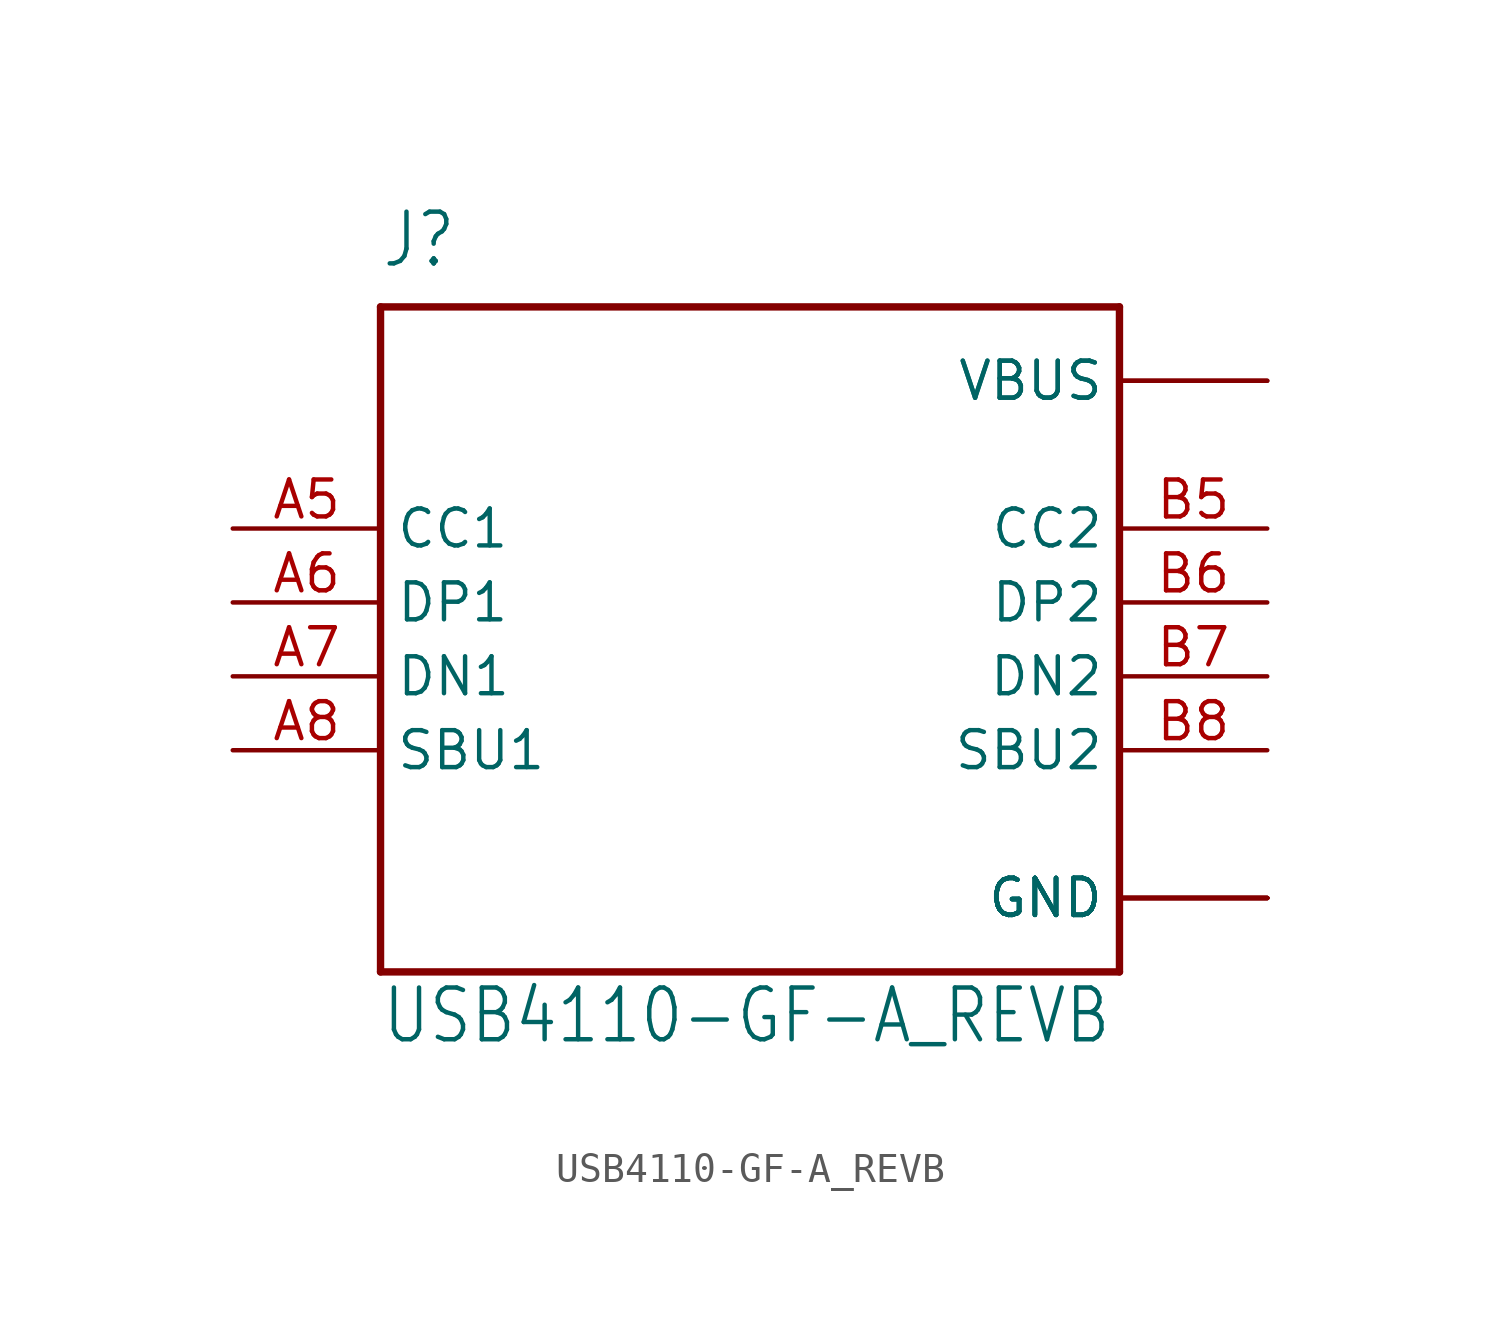
<source format=kicad_sym>
(kicad_symbol_lib
  (version 20211014)
  (generator kicad_symbol_editor)
  (symbol "USB4110-GF-A_REVB"
    (property "Reference" "J"
      (at -12.7 11.43 0)
      (effects (font (size 1.778 1.511)) (justify left bottom)))
    (property "Value" "USB4110-GF-A_REVB"
      (at -12.7 -15.24 0)
      (effects (font (size 1.778 1.511)) (justify left bottom)))
    (property "ki_locked" ""
      (at 0 0 0)
      (effects (font (size 1.27 1.27))))
    (symbol "USB4110-GF-A_REVB_1_0"
      (polyline (pts (xy -12.7 -12.7) (xy -12.7 10.16)) (stroke (width 0.254) (type default) (color 0 0 0 0)) (fill (type none)))
      (polyline (pts (xy -12.7 10.16) (xy 12.7 10.16)) (stroke (width 0.254) (type default) (color 0 0 0 0)) (fill (type none)))
      (polyline (pts (xy 12.7 -12.7) (xy -12.7 -12.7)) (stroke (width 0.254) (type default) (color 0 0 0 0)) (fill (type none)))
      (polyline (pts (xy 12.7 10.16) (xy 12.7 -12.7)) (stroke (width 0.254) (type default) (color 0 0 0 0)) (fill (type none)))
      (pin power_in line (at 17.78 -10.16 180) (length 5.08) (name "GND" (effects (font (size 1.27 1.27)))) (number "A1/B12" (effects (font (size 0 0)))))
      (pin power_in line (at 17.78 7.62 180) (length 5.08) (name "VBUS" (effects (font (size 1.27 1.27)))) (number "A4/B9" (effects (font (size 0 0)))))
      (pin bidirectional line (at -17.78 2.54 0) (length 5.08) (name "CC1" (effects (font (size 1.27 1.27)))) (number "A5" (effects (font (size 1.27 1.27)))))
      (pin bidirectional line (at -17.78 0 0) (length 5.08) (name "DP1" (effects (font (size 1.27 1.27)))) (number "A6" (effects (font (size 1.27 1.27)))))
      (pin bidirectional line (at -17.78 -2.54 0) (length 5.08) (name "DN1" (effects (font (size 1.27 1.27)))) (number "A7" (effects (font (size 1.27 1.27)))))
      (pin bidirectional line (at -17.78 -5.08 0) (length 5.08) (name "SBU1" (effects (font (size 1.27 1.27)))) (number "A8" (effects (font (size 1.27 1.27)))))
      (pin power_in line (at 17.78 -10.16 180) (length 5.08) (name "GND" (effects (font (size 1.27 1.27)))) (number "B1/A12" (effects (font (size 0 0)))))
      (pin power_in line (at 17.78 7.62 180) (length 5.08) (name "VBUS" (effects (font (size 1.27 1.27)))) (number "B4/A9" (effects (font (size 0 0)))))
      (pin bidirectional line (at 17.78 2.54 180) (length 5.08) (name "CC2" (effects (font (size 1.27 1.27)))) (number "B5" (effects (font (size 1.27 1.27)))))
      (pin bidirectional line (at 17.78 0 180) (length 5.08) (name "DP2" (effects (font (size 1.27 1.27)))) (number "B6" (effects (font (size 1.27 1.27)))))
      (pin bidirectional line (at 17.78 -2.54 180) (length 5.08) (name "DN2" (effects (font (size 1.27 1.27)))) (number "B7" (effects (font (size 1.27 1.27)))))
      (pin bidirectional line (at 17.78 -5.08 180) (length 5.08) (name "SBU2" (effects (font (size 1.27 1.27)))) (number "B8" (effects (font (size 1.27 1.27)))))
      (pin power_in line (at 17.78 -10.16 180) (length 5.08) (name "GND" (effects (font (size 1.27 1.27)))) (number "S1" (effects (font (size 0 0)))))
      (pin power_in line (at 17.78 -10.16 180) (length 5.08) (name "GND" (effects (font (size 1.27 1.27)))) (number "S2" (effects (font (size 0 0)))))
      (pin power_in line (at 17.78 -10.16 180) (length 5.08) (name "GND" (effects (font (size 1.27 1.27)))) (number "S3" (effects (font (size 0 0)))))
      (pin power_in line (at 17.78 -10.16 180) (length 5.08) (name "GND" (effects (font (size 1.27 1.27)))) (number "S4" (effects (font (size 0 0))))))))
</source>
